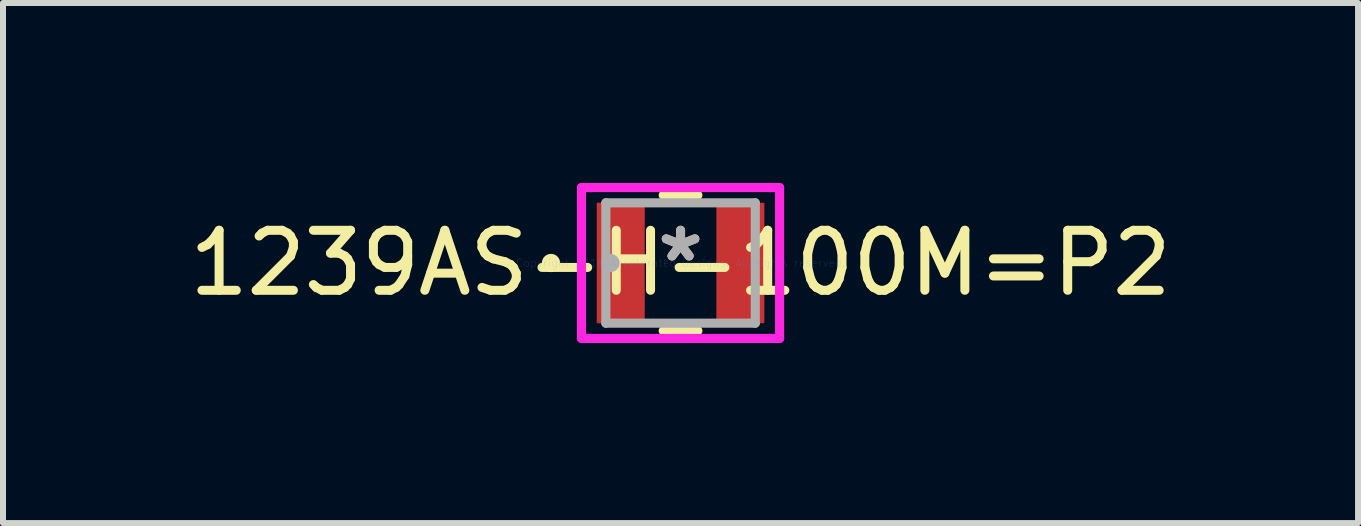
<source format=kicad_pcb>
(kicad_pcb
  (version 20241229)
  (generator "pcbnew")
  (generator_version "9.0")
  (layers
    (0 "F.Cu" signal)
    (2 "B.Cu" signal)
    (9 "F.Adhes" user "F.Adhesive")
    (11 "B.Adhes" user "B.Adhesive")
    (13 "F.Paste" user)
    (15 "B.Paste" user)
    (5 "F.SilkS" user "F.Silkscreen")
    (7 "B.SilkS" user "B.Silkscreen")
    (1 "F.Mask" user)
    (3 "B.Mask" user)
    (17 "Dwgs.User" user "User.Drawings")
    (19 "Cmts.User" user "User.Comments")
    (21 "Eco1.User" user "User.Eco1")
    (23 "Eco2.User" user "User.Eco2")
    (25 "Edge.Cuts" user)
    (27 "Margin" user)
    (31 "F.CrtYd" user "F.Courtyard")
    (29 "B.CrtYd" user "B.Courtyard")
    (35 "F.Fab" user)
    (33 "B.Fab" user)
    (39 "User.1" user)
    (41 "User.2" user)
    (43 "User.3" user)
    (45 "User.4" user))
  (footprint "1239AS-H-100M=P2"
    (layer "F.Cu")
    (at 8.292 1.333)
    (property "Reference" "1239AS-H-100M=P2" (at 0 0 0) (layer "F.SilkS") (effects (font (size 1 1) (thickness 0.15))))
    (attr through_hole)
    (fp_line (start -0.289 1.13) (end 0.289 1.13) (stroke (width 0.152) (type solid)) (layer "F.SilkS"))
    (fp_line (start 0.289 -1.13) (end -0.289 -1.13) (stroke (width 0.152) (type solid)) (layer "F.SilkS"))
    (fp_circle (center -2.159 0) (end -2.083 0) (stroke (width 0.152) (type solid)) (fill no) (layer "F.SilkS"))
    (fp_line (start -1.651 -1.257) (end -1.499 -1.257) (stroke (width 0.152) (type solid)) (layer "F.CrtYd"))
    (fp_line (start -1.651 1.257) (end -1.651 -1.257) (stroke (width 0.152) (type solid)) (layer "F.CrtYd"))
    (fp_line (start -1.499 -1.257) (end -1.499 -1.257) (stroke (width 0.152) (type solid)) (layer "F.CrtYd"))
    (fp_line (start -1.499 -1.257) (end 1.499 -1.257) (stroke (width 0.152) (type solid)) (layer "F.CrtYd"))
    (fp_line (start -1.499 1.257) (end -1.651 1.257) (stroke (width 0.152) (type solid)) (layer "F.CrtYd"))
    (fp_line (start -1.499 1.257) (end -1.499 1.257) (stroke (width 0.152) (type solid)) (layer "F.CrtYd"))
    (fp_line (start 1.499 -1.257) (end 1.499 -1.257) (stroke (width 0.152) (type solid)) (layer "F.CrtYd"))
    (fp_line (start 1.499 -1.257) (end 1.651 -1.257) (stroke (width 0.152) (type solid)) (layer "F.CrtYd"))
    (fp_line (start 1.499 1.257) (end -1.499 1.257) (stroke (width 0.152) (type solid)) (layer "F.CrtYd"))
    (fp_line (start 1.499 1.257) (end 1.499 1.257) (stroke (width 0.152) (type solid)) (layer "F.CrtYd"))
    (fp_line (start 1.651 -1.257) (end 1.651 1.257) (stroke (width 0.152) (type solid)) (layer "F.CrtYd"))
    (fp_line (start 1.651 1.257) (end 1.499 1.257) (stroke (width 0.152) (type solid)) (layer "F.CrtYd"))
    (fp_line (start -1.245 -1.003) (end -1.245 1.003) (stroke (width 0.152) (type solid)) (layer "F.Fab"))
    (fp_line (start -1.245 1.003) (end 1.245 1.003) (stroke (width 0.152) (type solid)) (layer "F.Fab"))
    (fp_line (start 1.245 -1.003) (end -1.245 -1.003) (stroke (width 0.152) (type solid)) (layer "F.Fab"))
    (fp_line (start 1.245 1.003) (end 1.245 -1.003) (stroke (width 0.152) (type solid)) (layer "F.Fab"))
    (fp_circle (center -1.168 0) (end -1.092 0) (stroke (width 0.152) (type solid)) (fill no) (layer "F.Fab"))
    (fp_text user "*" (at 0 0 0) (layer "F.SilkS") (effects (font (size 1 1) (thickness 0.15))))
    (fp_text user "Copyright 2016 Accelerated Designs. All rights reserved." (at 0 0 0) (layer "Cmts.User") (effects (font (size 0.127 0.127) (thickness 0.002))))
    (fp_text user "*" (at 0 0 0) (layer "F.Fab") (effects (font (size 1 1) (thickness 0.15))))
    (pad "1" smd rect (at -0.997 0) (size 0.8 2.007) (layers "F.Cu" "F.Mask" "F.Paste"))
    (pad "2" smd rect (at 0.997 0) (size 0.8 2.007) (layers "F.Cu" "F.Mask" "F.Paste")))
  (gr_rect
    (start -3 -3)
    (end 19.583 5.667)
    (stroke (width 0.1) (type default))
    (fill no)
    (layer "Edge.Cuts")))
</source>
